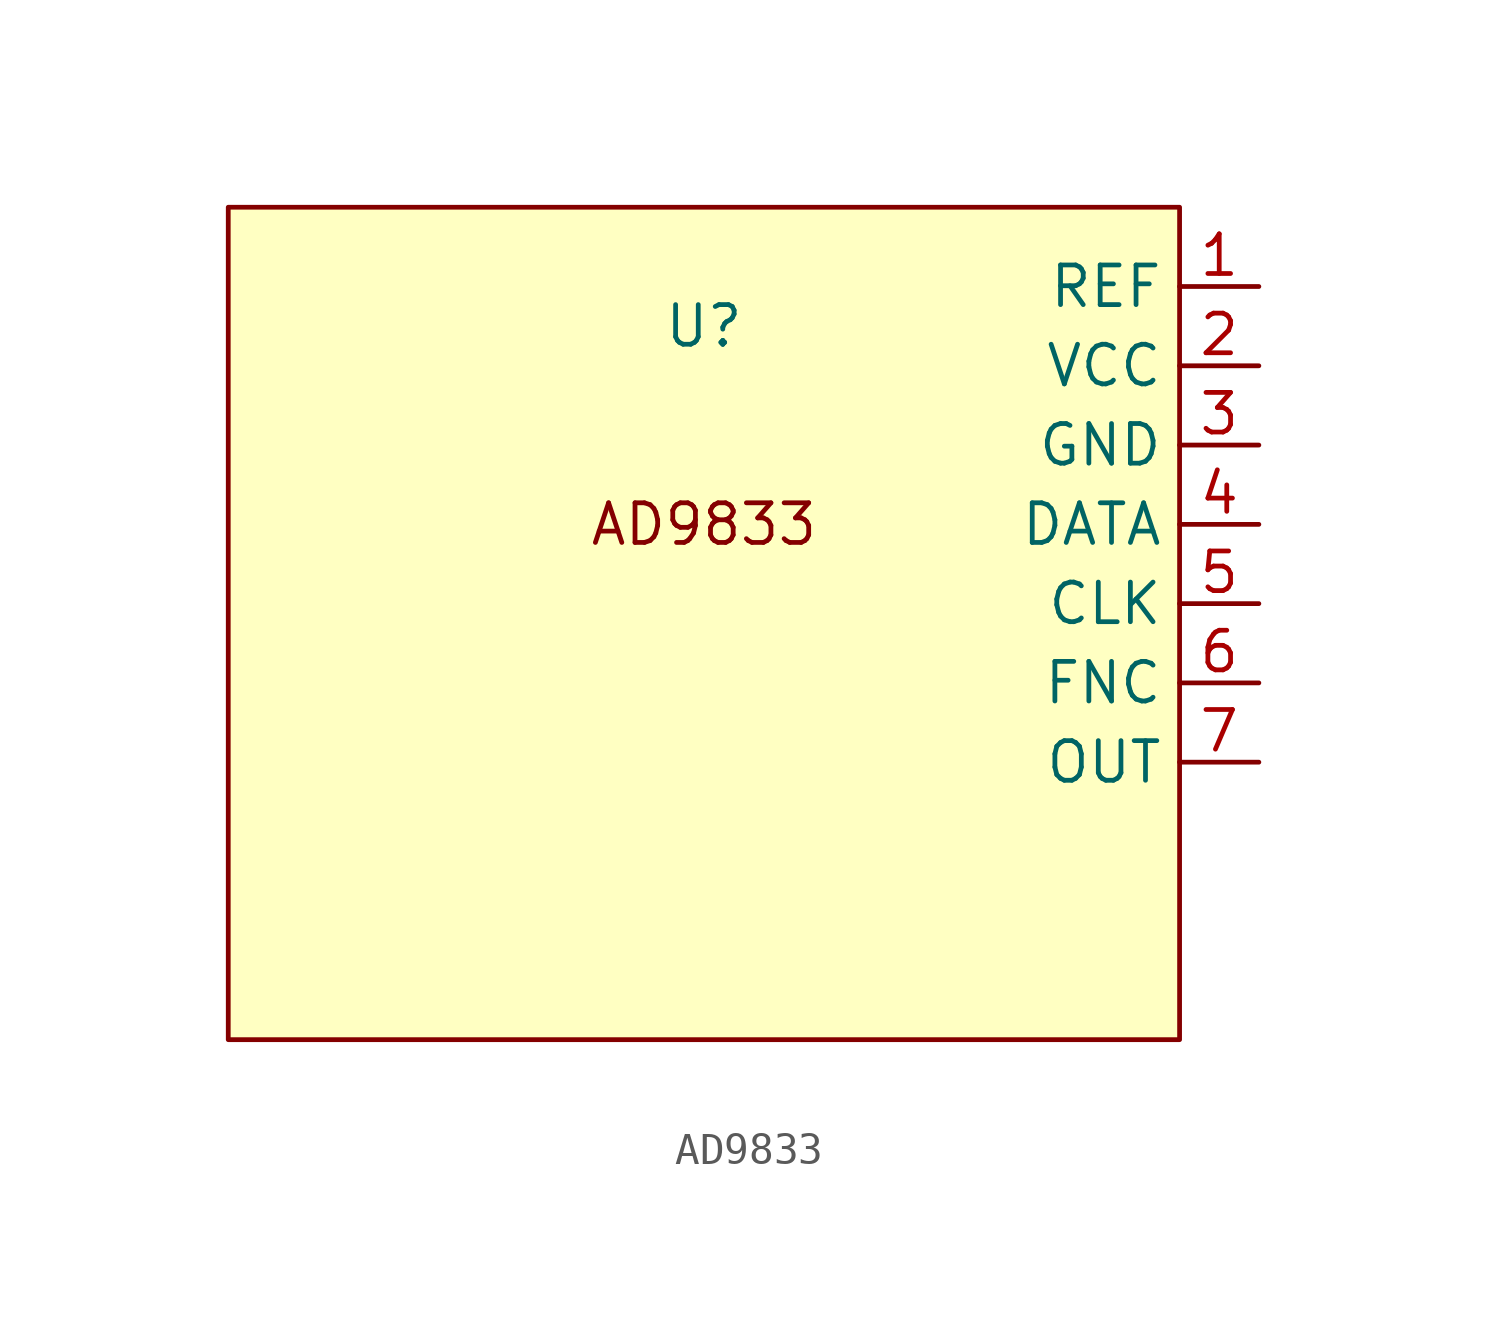
<source format=kicad_sym>
(kicad_symbol_lib
  (version 20241209)
  (generator "kicad_symbol_editor")
  (generator_version "9.0")
  (symbol "AD9833"
    (property "Reference" "U"
      (at 0 7.62 0)
      (effects (font (size 1.27 1.27))))
    (property "Value" ""
      (at 0 0 0)
      (effects (font (size 1.27 1.27))))
    (symbol "AD9833_1_1"
      (rectangle (start -15.24 11.43) (end 15.24 -15.24) (stroke (width 0) (type solid)) (fill (type background)))
      (text "AD9833\n" (at 0 1.27 0) (effects (font (size 1.27 1.27))))
      (pin passive line (at 17.78 8.89 180) (length 2.54) (name "REF" (effects (font (size 1.27 1.27)))) (number "1" (effects (font (size 1.27 1.27)))))
      (pin power_in line (at 17.78 6.35 180) (length 2.54) (name "VCC" (effects (font (size 1.27 1.27)))) (number "2" (effects (font (size 1.27 1.27)))))
      (pin power_out line (at 17.78 3.81 180) (length 2.54) (name "GND" (effects (font (size 1.27 1.27)))) (number "3" (effects (font (size 1.27 1.27)))))
      (pin passive line (at 17.78 1.27 180) (length 2.54) (name "DATA" (effects (font (size 1.27 1.27)))) (number "4" (effects (font (size 1.27 1.27)))))
      (pin passive line (at 17.78 -1.27 180) (length 2.54) (name "CLK" (effects (font (size 1.27 1.27)))) (number "5" (effects (font (size 1.27 1.27)))))
      (pin passive line (at 17.78 -3.81 180) (length 2.54) (name "FNC" (effects (font (size 1.27 1.27)))) (number "6" (effects (font (size 1.27 1.27)))))
      (pin output line (at 17.78 -6.35 180) (length 2.54) (name "OUT" (effects (font (size 1.27 1.27)))) (number "7" (effects (font (size 1.27 1.27))))))))
</source>
